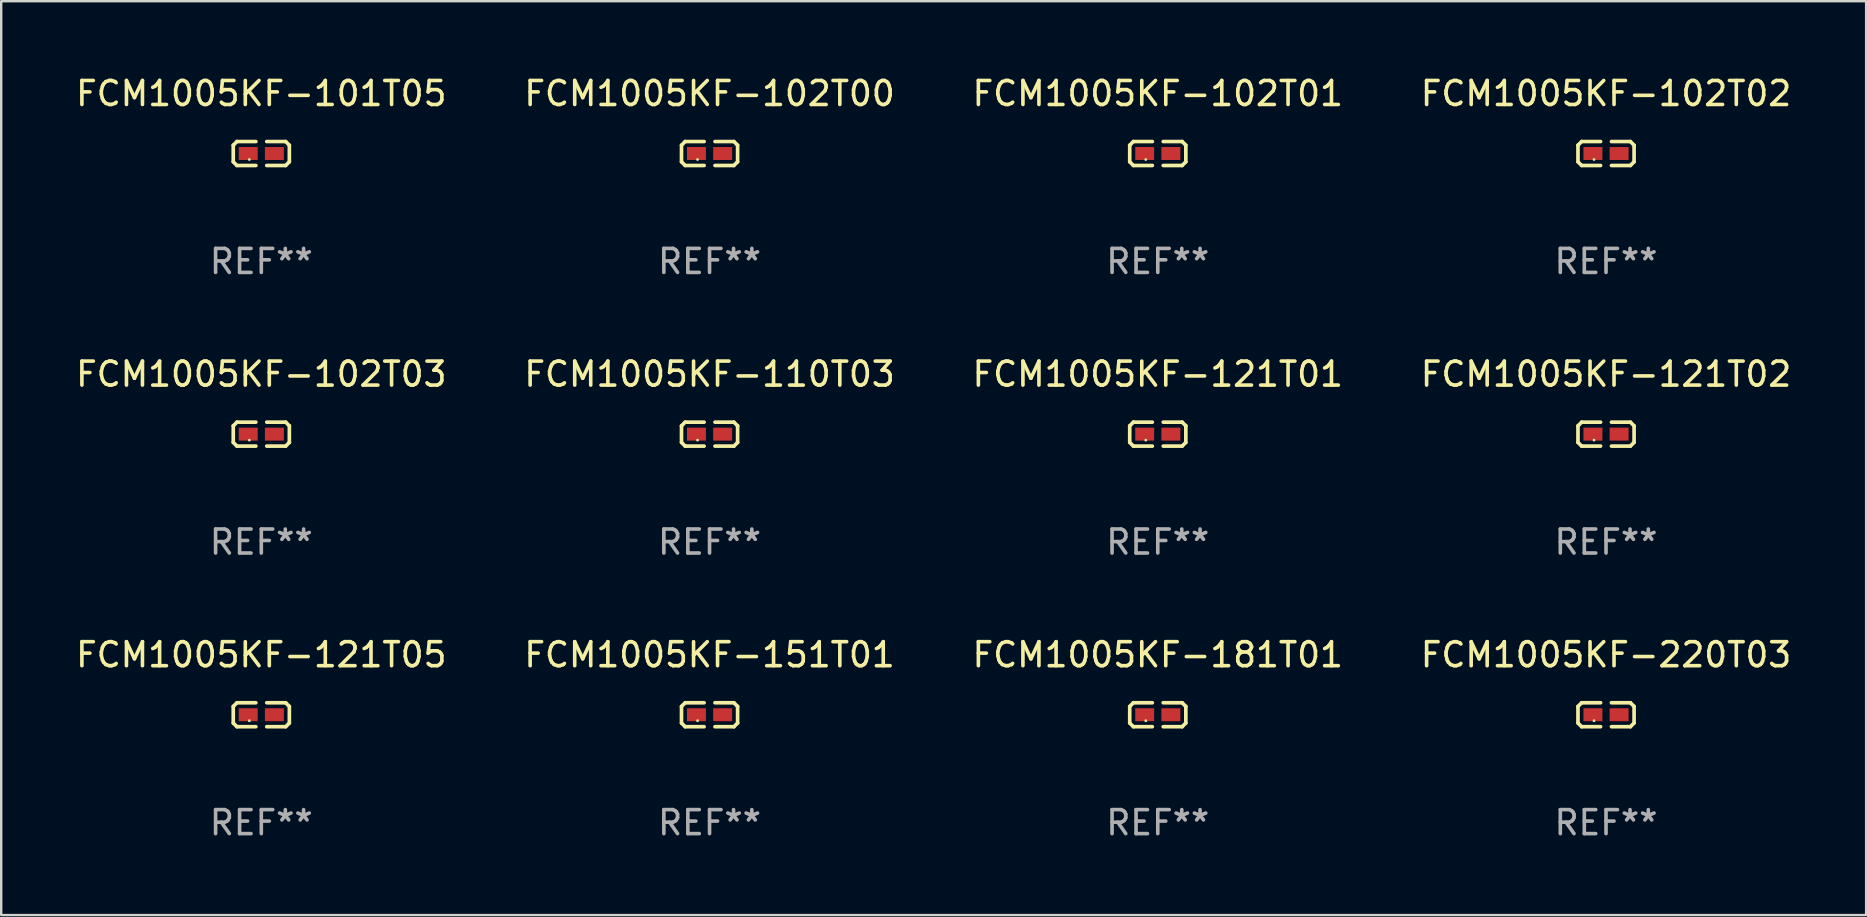
<source format=kicad_pcb>
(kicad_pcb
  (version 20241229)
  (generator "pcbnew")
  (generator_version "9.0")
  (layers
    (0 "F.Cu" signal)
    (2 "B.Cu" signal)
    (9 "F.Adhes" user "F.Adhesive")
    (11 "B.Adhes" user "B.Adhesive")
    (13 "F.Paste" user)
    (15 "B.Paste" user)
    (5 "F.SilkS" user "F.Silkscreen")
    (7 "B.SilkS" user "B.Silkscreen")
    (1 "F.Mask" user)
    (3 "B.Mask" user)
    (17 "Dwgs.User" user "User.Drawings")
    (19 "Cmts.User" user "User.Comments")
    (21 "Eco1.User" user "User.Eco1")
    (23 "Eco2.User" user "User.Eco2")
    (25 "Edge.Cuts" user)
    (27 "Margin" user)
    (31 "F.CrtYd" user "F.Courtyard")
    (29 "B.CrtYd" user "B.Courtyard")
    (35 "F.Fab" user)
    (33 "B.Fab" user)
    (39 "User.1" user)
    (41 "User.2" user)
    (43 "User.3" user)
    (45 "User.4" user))
  (footprint "FCM1005KF-151T01"
    (layer "F.Cu")
    (at 26.518 26.734)
    (property "Reference" "FCM1005KF-151T01" (at 0 -2.499 0) (layer "F.SilkS") (effects (font (size 1 1) (thickness 0.15))))
    (attr through_hole)
    (fp_line (start -1.169 -0.346) (end -1.016 -0.499) (stroke (width 0.152) (type solid)) (layer "F.SilkS"))
    (fp_line (start -1.169 0.346) (end -1.169 -0.346) (stroke (width 0.152) (type solid)) (layer "F.SilkS"))
    (fp_line (start -1.016 -0.499) (end -0.226 -0.499) (stroke (width 0.152) (type solid)) (layer "F.SilkS"))
    (fp_line (start -1.016 0.499) (end -1.169 0.346) (stroke (width 0.152) (type solid)) (layer "F.SilkS"))
    (fp_line (start -0.226 0.499) (end -1.016 0.499) (stroke (width 0.152) (type solid)) (layer "F.SilkS"))
    (fp_line (start 0.226 0.499) (end 1.016 0.499) (stroke (width 0.152) (type solid)) (layer "F.SilkS"))
    (fp_line (start 1.016 -0.499) (end 0.226 -0.499) (stroke (width 0.152) (type solid)) (layer "F.SilkS"))
    (fp_line (start 1.016 0.499) (end 1.169 0.346) (stroke (width 0.152) (type solid)) (layer "F.SilkS"))
    (fp_line (start 1.169 -0.346) (end 1.016 -0.499) (stroke (width 0.152) (type solid)) (layer "F.SilkS"))
    (fp_line (start 1.169 0.346) (end 1.169 -0.346) (stroke (width 0.152) (type solid)) (layer "F.SilkS"))
    (fp_circle (center -0.5 0.25) (end -0.47 0.25) (stroke (width 0.06) (type solid)) (fill no) (layer "F.SilkS"))
    (fp_text user "REF**" (at 0 4.499 0) (layer "F.Fab") (effects (font (size 1 1) (thickness 0.15))))
    (pad "1" smd rect (at -0.545 0) (size 0.79 0.54) (layers "F.Cu" "F.Mask" "F.Paste"))
    (pad "2" smd rect (at 0.545 0) (size 0.79 0.54) (layers "F.Cu" "F.Mask" "F.Paste")))
  (footprint "FCM1005KF-102T02"
    (layer "F.Cu")
    (at 63.875 3.347)
    (property "Reference" "FCM1005KF-102T02" (at 0 -2.499 0) (layer "F.SilkS") (effects (font (size 1 1) (thickness 0.15))))
    (attr through_hole)
    (fp_line (start -1.169 -0.346) (end -1.016 -0.499) (stroke (width 0.152) (type solid)) (layer "F.SilkS"))
    (fp_line (start -1.169 0.346) (end -1.169 -0.346) (stroke (width 0.152) (type solid)) (layer "F.SilkS"))
    (fp_line (start -1.016 -0.499) (end -0.226 -0.499) (stroke (width 0.152) (type solid)) (layer "F.SilkS"))
    (fp_line (start -1.016 0.499) (end -1.169 0.346) (stroke (width 0.152) (type solid)) (layer "F.SilkS"))
    (fp_line (start -0.226 0.499) (end -1.016 0.499) (stroke (width 0.152) (type solid)) (layer "F.SilkS"))
    (fp_line (start 0.226 0.499) (end 1.016 0.499) (stroke (width 0.152) (type solid)) (layer "F.SilkS"))
    (fp_line (start 1.016 -0.499) (end 0.226 -0.499) (stroke (width 0.152) (type solid)) (layer "F.SilkS"))
    (fp_line (start 1.016 0.499) (end 1.169 0.346) (stroke (width 0.152) (type solid)) (layer "F.SilkS"))
    (fp_line (start 1.169 -0.346) (end 1.016 -0.499) (stroke (width 0.152) (type solid)) (layer "F.SilkS"))
    (fp_line (start 1.169 0.346) (end 1.169 -0.346) (stroke (width 0.152) (type solid)) (layer "F.SilkS"))
    (fp_circle (center -0.5 0.25) (end -0.47 0.25) (stroke (width 0.06) (type solid)) (fill no) (layer "F.SilkS"))
    (fp_text user "REF**" (at 0 4.499 0) (layer "F.Fab") (effects (font (size 1 1) (thickness 0.15))))
    (pad "1" smd rect (at -0.545 0) (size 0.79 0.54) (layers "F.Cu" "F.Mask" "F.Paste"))
    (pad "2" smd rect (at 0.545 0) (size 0.79 0.54) (layers "F.Cu" "F.Mask" "F.Paste")))
  (footprint "FCM1005KF-181T01"
    (layer "F.Cu")
    (at 45.196 26.734)
    (property "Reference" "FCM1005KF-181T01" (at 0 -2.499 0) (layer "F.SilkS") (effects (font (size 1 1) (thickness 0.15))))
    (attr through_hole)
    (fp_line (start -1.169 -0.346) (end -1.016 -0.499) (stroke (width 0.152) (type solid)) (layer "F.SilkS"))
    (fp_line (start -1.169 0.346) (end -1.169 -0.346) (stroke (width 0.152) (type solid)) (layer "F.SilkS"))
    (fp_line (start -1.016 -0.499) (end -0.226 -0.499) (stroke (width 0.152) (type solid)) (layer "F.SilkS"))
    (fp_line (start -1.016 0.499) (end -1.169 0.346) (stroke (width 0.152) (type solid)) (layer "F.SilkS"))
    (fp_line (start -0.226 0.499) (end -1.016 0.499) (stroke (width 0.152) (type solid)) (layer "F.SilkS"))
    (fp_line (start 0.226 0.499) (end 1.016 0.499) (stroke (width 0.152) (type solid)) (layer "F.SilkS"))
    (fp_line (start 1.016 -0.499) (end 0.226 -0.499) (stroke (width 0.152) (type solid)) (layer "F.SilkS"))
    (fp_line (start 1.016 0.499) (end 1.169 0.346) (stroke (width 0.152) (type solid)) (layer "F.SilkS"))
    (fp_line (start 1.169 -0.346) (end 1.016 -0.499) (stroke (width 0.152) (type solid)) (layer "F.SilkS"))
    (fp_line (start 1.169 0.346) (end 1.169 -0.346) (stroke (width 0.152) (type solid)) (layer "F.SilkS"))
    (fp_circle (center -0.5 0.25) (end -0.47 0.25) (stroke (width 0.06) (type solid)) (fill no) (layer "F.SilkS"))
    (fp_text user "REF**" (at 0 4.499 0) (layer "F.Fab") (effects (font (size 1 1) (thickness 0.15))))
    (pad "1" smd rect (at -0.545 0) (size 0.79 0.54) (layers "F.Cu" "F.Mask" "F.Paste"))
    (pad "2" smd rect (at 0.545 0) (size 0.79 0.54) (layers "F.Cu" "F.Mask" "F.Paste")))
  (footprint "FCM1005KF-102T01"
    (layer "F.Cu")
    (at 45.196 3.347)
    (property "Reference" "FCM1005KF-102T01" (at 0 -2.499 0) (layer "F.SilkS") (effects (font (size 1 1) (thickness 0.15))))
    (attr through_hole)
    (fp_line (start -1.169 -0.346) (end -1.016 -0.499) (stroke (width 0.152) (type solid)) (layer "F.SilkS"))
    (fp_line (start -1.169 0.346) (end -1.169 -0.346) (stroke (width 0.152) (type solid)) (layer "F.SilkS"))
    (fp_line (start -1.016 -0.499) (end -0.226 -0.499) (stroke (width 0.152) (type solid)) (layer "F.SilkS"))
    (fp_line (start -1.016 0.499) (end -1.169 0.346) (stroke (width 0.152) (type solid)) (layer "F.SilkS"))
    (fp_line (start -0.226 0.499) (end -1.016 0.499) (stroke (width 0.152) (type solid)) (layer "F.SilkS"))
    (fp_line (start 0.226 0.499) (end 1.016 0.499) (stroke (width 0.152) (type solid)) (layer "F.SilkS"))
    (fp_line (start 1.016 -0.499) (end 0.226 -0.499) (stroke (width 0.152) (type solid)) (layer "F.SilkS"))
    (fp_line (start 1.016 0.499) (end 1.169 0.346) (stroke (width 0.152) (type solid)) (layer "F.SilkS"))
    (fp_line (start 1.169 -0.346) (end 1.016 -0.499) (stroke (width 0.152) (type solid)) (layer "F.SilkS"))
    (fp_line (start 1.169 0.346) (end 1.169 -0.346) (stroke (width 0.152) (type solid)) (layer "F.SilkS"))
    (fp_circle (center -0.5 0.25) (end -0.47 0.25) (stroke (width 0.06) (type solid)) (fill no) (layer "F.SilkS"))
    (fp_text user "REF**" (at 0 4.499 0) (layer "F.Fab") (effects (font (size 1 1) (thickness 0.15))))
    (pad "1" smd rect (at -0.545 0) (size 0.79 0.54) (layers "F.Cu" "F.Mask" "F.Paste"))
    (pad "2" smd rect (at 0.545 0) (size 0.79 0.54) (layers "F.Cu" "F.Mask" "F.Paste")))
  (footprint "FCM1005KF-220T03"
    (layer "F.Cu")
    (at 63.875 26.734)
    (property "Reference" "FCM1005KF-220T03" (at 0 -2.499 0) (layer "F.SilkS") (effects (font (size 1 1) (thickness 0.15))))
    (attr through_hole)
    (fp_line (start -1.169 -0.346) (end -1.016 -0.499) (stroke (width 0.152) (type solid)) (layer "F.SilkS"))
    (fp_line (start -1.169 0.346) (end -1.169 -0.346) (stroke (width 0.152) (type solid)) (layer "F.SilkS"))
    (fp_line (start -1.016 -0.499) (end -0.226 -0.499) (stroke (width 0.152) (type solid)) (layer "F.SilkS"))
    (fp_line (start -1.016 0.499) (end -1.169 0.346) (stroke (width 0.152) (type solid)) (layer "F.SilkS"))
    (fp_line (start -0.226 0.499) (end -1.016 0.499) (stroke (width 0.152) (type solid)) (layer "F.SilkS"))
    (fp_line (start 0.226 0.499) (end 1.016 0.499) (stroke (width 0.152) (type solid)) (layer "F.SilkS"))
    (fp_line (start 1.016 -0.499) (end 0.226 -0.499) (stroke (width 0.152) (type solid)) (layer "F.SilkS"))
    (fp_line (start 1.016 0.499) (end 1.169 0.346) (stroke (width 0.152) (type solid)) (layer "F.SilkS"))
    (fp_line (start 1.169 -0.346) (end 1.016 -0.499) (stroke (width 0.152) (type solid)) (layer "F.SilkS"))
    (fp_line (start 1.169 0.346) (end 1.169 -0.346) (stroke (width 0.152) (type solid)) (layer "F.SilkS"))
    (fp_circle (center -0.5 0.25) (end -0.47 0.25) (stroke (width 0.06) (type solid)) (fill no) (layer "F.SilkS"))
    (fp_text user "REF**" (at 0 4.499 0) (layer "F.Fab") (effects (font (size 1 1) (thickness 0.15))))
    (pad "1" smd rect (at -0.545 0) (size 0.79 0.54) (layers "F.Cu" "F.Mask" "F.Paste"))
    (pad "2" smd rect (at 0.545 0) (size 0.79 0.54) (layers "F.Cu" "F.Mask" "F.Paste")))
  (footprint "FCM1005KF-121T01"
    (layer "F.Cu")
    (at 45.196 15.041)
    (property "Reference" "FCM1005KF-121T01" (at 0 -2.499 0) (layer "F.SilkS") (effects (font (size 1 1) (thickness 0.15))))
    (attr through_hole)
    (fp_line (start -1.169 -0.346) (end -1.016 -0.499) (stroke (width 0.152) (type solid)) (layer "F.SilkS"))
    (fp_line (start -1.169 0.346) (end -1.169 -0.346) (stroke (width 0.152) (type solid)) (layer "F.SilkS"))
    (fp_line (start -1.016 -0.499) (end -0.226 -0.499) (stroke (width 0.152) (type solid)) (layer "F.SilkS"))
    (fp_line (start -1.016 0.499) (end -1.169 0.346) (stroke (width 0.152) (type solid)) (layer "F.SilkS"))
    (fp_line (start -0.226 0.499) (end -1.016 0.499) (stroke (width 0.152) (type solid)) (layer "F.SilkS"))
    (fp_line (start 0.226 0.499) (end 1.016 0.499) (stroke (width 0.152) (type solid)) (layer "F.SilkS"))
    (fp_line (start 1.016 -0.499) (end 0.226 -0.499) (stroke (width 0.152) (type solid)) (layer "F.SilkS"))
    (fp_line (start 1.016 0.499) (end 1.169 0.346) (stroke (width 0.152) (type solid)) (layer "F.SilkS"))
    (fp_line (start 1.169 -0.346) (end 1.016 -0.499) (stroke (width 0.152) (type solid)) (layer "F.SilkS"))
    (fp_line (start 1.169 0.346) (end 1.169 -0.346) (stroke (width 0.152) (type solid)) (layer "F.SilkS"))
    (fp_circle (center -0.5 0.25) (end -0.47 0.25) (stroke (width 0.06) (type solid)) (fill no) (layer "F.SilkS"))
    (fp_text user "REF**" (at 0 4.499 0) (layer "F.Fab") (effects (font (size 1 1) (thickness 0.15))))
    (pad "1" smd rect (at -0.545 0) (size 0.79 0.54) (layers "F.Cu" "F.Mask" "F.Paste"))
    (pad "2" smd rect (at 0.545 0) (size 0.79 0.54) (layers "F.Cu" "F.Mask" "F.Paste")))
  (footprint "FCM1005KF-102T03"
    (layer "F.Cu")
    (at 7.839 15.041)
    (property "Reference" "FCM1005KF-102T03" (at 0 -2.499 0) (layer "F.SilkS") (effects (font (size 1 1) (thickness 0.15))))
    (attr through_hole)
    (fp_line (start -1.169 -0.346) (end -1.016 -0.499) (stroke (width 0.152) (type solid)) (layer "F.SilkS"))
    (fp_line (start -1.169 0.346) (end -1.169 -0.346) (stroke (width 0.152) (type solid)) (layer "F.SilkS"))
    (fp_line (start -1.016 -0.499) (end -0.226 -0.499) (stroke (width 0.152) (type solid)) (layer "F.SilkS"))
    (fp_line (start -1.016 0.499) (end -1.169 0.346) (stroke (width 0.152) (type solid)) (layer "F.SilkS"))
    (fp_line (start -0.226 0.499) (end -1.016 0.499) (stroke (width 0.152) (type solid)) (layer "F.SilkS"))
    (fp_line (start 0.226 0.499) (end 1.016 0.499) (stroke (width 0.152) (type solid)) (layer "F.SilkS"))
    (fp_line (start 1.016 -0.499) (end 0.226 -0.499) (stroke (width 0.152) (type solid)) (layer "F.SilkS"))
    (fp_line (start 1.016 0.499) (end 1.169 0.346) (stroke (width 0.152) (type solid)) (layer "F.SilkS"))
    (fp_line (start 1.169 -0.346) (end 1.016 -0.499) (stroke (width 0.152) (type solid)) (layer "F.SilkS"))
    (fp_line (start 1.169 0.346) (end 1.169 -0.346) (stroke (width 0.152) (type solid)) (layer "F.SilkS"))
    (fp_circle (center -0.5 0.25) (end -0.47 0.25) (stroke (width 0.06) (type solid)) (fill no) (layer "F.SilkS"))
    (fp_text user "REF**" (at 0 4.499 0) (layer "F.Fab") (effects (font (size 1 1) (thickness 0.15))))
    (pad "1" smd rect (at -0.545 0) (size 0.79 0.54) (layers "F.Cu" "F.Mask" "F.Paste"))
    (pad "2" smd rect (at 0.545 0) (size 0.79 0.54) (layers "F.Cu" "F.Mask" "F.Paste")))
  (footprint "FCM1005KF-121T02"
    (layer "F.Cu")
    (at 63.875 15.041)
    (property "Reference" "FCM1005KF-121T02" (at 0 -2.499 0) (layer "F.SilkS") (effects (font (size 1 1) (thickness 0.15))))
    (attr through_hole)
    (fp_line (start -1.169 -0.346) (end -1.016 -0.499) (stroke (width 0.152) (type solid)) (layer "F.SilkS"))
    (fp_line (start -1.169 0.346) (end -1.169 -0.346) (stroke (width 0.152) (type solid)) (layer "F.SilkS"))
    (fp_line (start -1.016 -0.499) (end -0.226 -0.499) (stroke (width 0.152) (type solid)) (layer "F.SilkS"))
    (fp_line (start -1.016 0.499) (end -1.169 0.346) (stroke (width 0.152) (type solid)) (layer "F.SilkS"))
    (fp_line (start -0.226 0.499) (end -1.016 0.499) (stroke (width 0.152) (type solid)) (layer "F.SilkS"))
    (fp_line (start 0.226 0.499) (end 1.016 0.499) (stroke (width 0.152) (type solid)) (layer "F.SilkS"))
    (fp_line (start 1.016 -0.499) (end 0.226 -0.499) (stroke (width 0.152) (type solid)) (layer "F.SilkS"))
    (fp_line (start 1.016 0.499) (end 1.169 0.346) (stroke (width 0.152) (type solid)) (layer "F.SilkS"))
    (fp_line (start 1.169 -0.346) (end 1.016 -0.499) (stroke (width 0.152) (type solid)) (layer "F.SilkS"))
    (fp_line (start 1.169 0.346) (end 1.169 -0.346) (stroke (width 0.152) (type solid)) (layer "F.SilkS"))
    (fp_circle (center -0.5 0.25) (end -0.47 0.25) (stroke (width 0.06) (type solid)) (fill no) (layer "F.SilkS"))
    (fp_text user "REF**" (at 0 4.499 0) (layer "F.Fab") (effects (font (size 1 1) (thickness 0.15))))
    (pad "1" smd rect (at -0.545 0) (size 0.79 0.54) (layers "F.Cu" "F.Mask" "F.Paste"))
    (pad "2" smd rect (at 0.545 0) (size 0.79 0.54) (layers "F.Cu" "F.Mask" "F.Paste")))
  (footprint "FCM1005KF-101T05"
    (layer "F.Cu")
    (at 7.839 3.347)
    (property "Reference" "FCM1005KF-101T05" (at 0 -2.499 0) (layer "F.SilkS") (effects (font (size 1 1) (thickness 0.15))))
    (attr through_hole)
    (fp_line (start -1.169 -0.346) (end -1.016 -0.499) (stroke (width 0.152) (type solid)) (layer "F.SilkS"))
    (fp_line (start -1.169 0.346) (end -1.169 -0.346) (stroke (width 0.152) (type solid)) (layer "F.SilkS"))
    (fp_line (start -1.016 -0.499) (end -0.226 -0.499) (stroke (width 0.152) (type solid)) (layer "F.SilkS"))
    (fp_line (start -1.016 0.499) (end -1.169 0.346) (stroke (width 0.152) (type solid)) (layer "F.SilkS"))
    (fp_line (start -0.226 0.499) (end -1.016 0.499) (stroke (width 0.152) (type solid)) (layer "F.SilkS"))
    (fp_line (start 0.226 0.499) (end 1.016 0.499) (stroke (width 0.152) (type solid)) (layer "F.SilkS"))
    (fp_line (start 1.016 -0.499) (end 0.226 -0.499) (stroke (width 0.152) (type solid)) (layer "F.SilkS"))
    (fp_line (start 1.016 0.499) (end 1.169 0.346) (stroke (width 0.152) (type solid)) (layer "F.SilkS"))
    (fp_line (start 1.169 -0.346) (end 1.016 -0.499) (stroke (width 0.152) (type solid)) (layer "F.SilkS"))
    (fp_line (start 1.169 0.346) (end 1.169 -0.346) (stroke (width 0.152) (type solid)) (layer "F.SilkS"))
    (fp_circle (center -0.5 0.25) (end -0.47 0.25) (stroke (width 0.06) (type solid)) (fill no) (layer "F.SilkS"))
    (fp_text user "REF**" (at 0 4.499 0) (layer "F.Fab") (effects (font (size 1 1) (thickness 0.15))))
    (pad "1" smd rect (at -0.545 0) (size 0.79 0.54) (layers "F.Cu" "F.Mask" "F.Paste"))
    (pad "2" smd rect (at 0.545 0) (size 0.79 0.54) (layers "F.Cu" "F.Mask" "F.Paste")))
  (footprint "FCM1005KF-121T05"
    (layer "F.Cu")
    (at 7.839 26.734)
    (property "Reference" "FCM1005KF-121T05" (at 0 -2.499 0) (layer "F.SilkS") (effects (font (size 1 1) (thickness 0.15))))
    (attr through_hole)
    (fp_line (start -1.169 -0.346) (end -1.016 -0.499) (stroke (width 0.152) (type solid)) (layer "F.SilkS"))
    (fp_line (start -1.169 0.346) (end -1.169 -0.346) (stroke (width 0.152) (type solid)) (layer "F.SilkS"))
    (fp_line (start -1.016 -0.499) (end -0.226 -0.499) (stroke (width 0.152) (type solid)) (layer "F.SilkS"))
    (fp_line (start -1.016 0.499) (end -1.169 0.346) (stroke (width 0.152) (type solid)) (layer "F.SilkS"))
    (fp_line (start -0.226 0.499) (end -1.016 0.499) (stroke (width 0.152) (type solid)) (layer "F.SilkS"))
    (fp_line (start 0.226 0.499) (end 1.016 0.499) (stroke (width 0.152) (type solid)) (layer "F.SilkS"))
    (fp_line (start 1.016 -0.499) (end 0.226 -0.499) (stroke (width 0.152) (type solid)) (layer "F.SilkS"))
    (fp_line (start 1.016 0.499) (end 1.169 0.346) (stroke (width 0.152) (type solid)) (layer "F.SilkS"))
    (fp_line (start 1.169 -0.346) (end 1.016 -0.499) (stroke (width 0.152) (type solid)) (layer "F.SilkS"))
    (fp_line (start 1.169 0.346) (end 1.169 -0.346) (stroke (width 0.152) (type solid)) (layer "F.SilkS"))
    (fp_circle (center -0.5 0.25) (end -0.47 0.25) (stroke (width 0.06) (type solid)) (fill no) (layer "F.SilkS"))
    (fp_text user "REF**" (at 0 4.499 0) (layer "F.Fab") (effects (font (size 1 1) (thickness 0.15))))
    (pad "1" smd rect (at -0.545 0) (size 0.79 0.54) (layers "F.Cu" "F.Mask" "F.Paste"))
    (pad "2" smd rect (at 0.545 0) (size 0.79 0.54) (layers "F.Cu" "F.Mask" "F.Paste")))
  (footprint "FCM1005KF-102T00"
    (layer "F.Cu")
    (at 26.518 3.347)
    (property "Reference" "FCM1005KF-102T00" (at 0 -2.499 0) (layer "F.SilkS") (effects (font (size 1 1) (thickness 0.15))))
    (attr through_hole)
    (fp_line (start -1.169 -0.346) (end -1.016 -0.499) (stroke (width 0.152) (type solid)) (layer "F.SilkS"))
    (fp_line (start -1.169 0.346) (end -1.169 -0.346) (stroke (width 0.152) (type solid)) (layer "F.SilkS"))
    (fp_line (start -1.016 -0.499) (end -0.226 -0.499) (stroke (width 0.152) (type solid)) (layer "F.SilkS"))
    (fp_line (start -1.016 0.499) (end -1.169 0.346) (stroke (width 0.152) (type solid)) (layer "F.SilkS"))
    (fp_line (start -0.226 0.499) (end -1.016 0.499) (stroke (width 0.152) (type solid)) (layer "F.SilkS"))
    (fp_line (start 0.226 0.499) (end 1.016 0.499) (stroke (width 0.152) (type solid)) (layer "F.SilkS"))
    (fp_line (start 1.016 -0.499) (end 0.226 -0.499) (stroke (width 0.152) (type solid)) (layer "F.SilkS"))
    (fp_line (start 1.016 0.499) (end 1.169 0.346) (stroke (width 0.152) (type solid)) (layer "F.SilkS"))
    (fp_line (start 1.169 -0.346) (end 1.016 -0.499) (stroke (width 0.152) (type solid)) (layer "F.SilkS"))
    (fp_line (start 1.169 0.346) (end 1.169 -0.346) (stroke (width 0.152) (type solid)) (layer "F.SilkS"))
    (fp_circle (center -0.5 0.25) (end -0.47 0.25) (stroke (width 0.06) (type solid)) (fill no) (layer "F.SilkS"))
    (fp_text user "REF**" (at 0 4.499 0) (layer "F.Fab") (effects (font (size 1 1) (thickness 0.15))))
    (pad "1" smd rect (at -0.545 0) (size 0.79 0.54) (layers "F.Cu" "F.Mask" "F.Paste"))
    (pad "2" smd rect (at 0.545 0) (size 0.79 0.54) (layers "F.Cu" "F.Mask" "F.Paste")))
  (footprint "FCM1005KF-110T03"
    (layer "F.Cu")
    (at 26.518 15.041)
    (property "Reference" "FCM1005KF-110T03" (at 0 -2.499 0) (layer "F.SilkS") (effects (font (size 1 1) (thickness 0.15))))
    (attr through_hole)
    (fp_line (start -1.169 -0.346) (end -1.016 -0.499) (stroke (width 0.152) (type solid)) (layer "F.SilkS"))
    (fp_line (start -1.169 0.346) (end -1.169 -0.346) (stroke (width 0.152) (type solid)) (layer "F.SilkS"))
    (fp_line (start -1.016 -0.499) (end -0.226 -0.499) (stroke (width 0.152) (type solid)) (layer "F.SilkS"))
    (fp_line (start -1.016 0.499) (end -1.169 0.346) (stroke (width 0.152) (type solid)) (layer "F.SilkS"))
    (fp_line (start -0.226 0.499) (end -1.016 0.499) (stroke (width 0.152) (type solid)) (layer "F.SilkS"))
    (fp_line (start 0.226 0.499) (end 1.016 0.499) (stroke (width 0.152) (type solid)) (layer "F.SilkS"))
    (fp_line (start 1.016 -0.499) (end 0.226 -0.499) (stroke (width 0.152) (type solid)) (layer "F.SilkS"))
    (fp_line (start 1.016 0.499) (end 1.169 0.346) (stroke (width 0.152) (type solid)) (layer "F.SilkS"))
    (fp_line (start 1.169 -0.346) (end 1.016 -0.499) (stroke (width 0.152) (type solid)) (layer "F.SilkS"))
    (fp_line (start 1.169 0.346) (end 1.169 -0.346) (stroke (width 0.152) (type solid)) (layer "F.SilkS"))
    (fp_circle (center -0.5 0.25) (end -0.47 0.25) (stroke (width 0.06) (type solid)) (fill no) (layer "F.SilkS"))
    (fp_text user "REF**" (at 0 4.499 0) (layer "F.Fab") (effects (font (size 1 1) (thickness 0.15))))
    (pad "1" smd rect (at -0.545 0) (size 0.79 0.54) (layers "F.Cu" "F.Mask" "F.Paste"))
    (pad "2" smd rect (at 0.545 0) (size 0.79 0.54) (layers "F.Cu" "F.Mask" "F.Paste")))
  (gr_rect
    (start -3 -3)
    (end 74.714 35.081)
    (stroke (width 0.1) (type default))
    (fill no)
    (layer "Edge.Cuts")))
</source>
